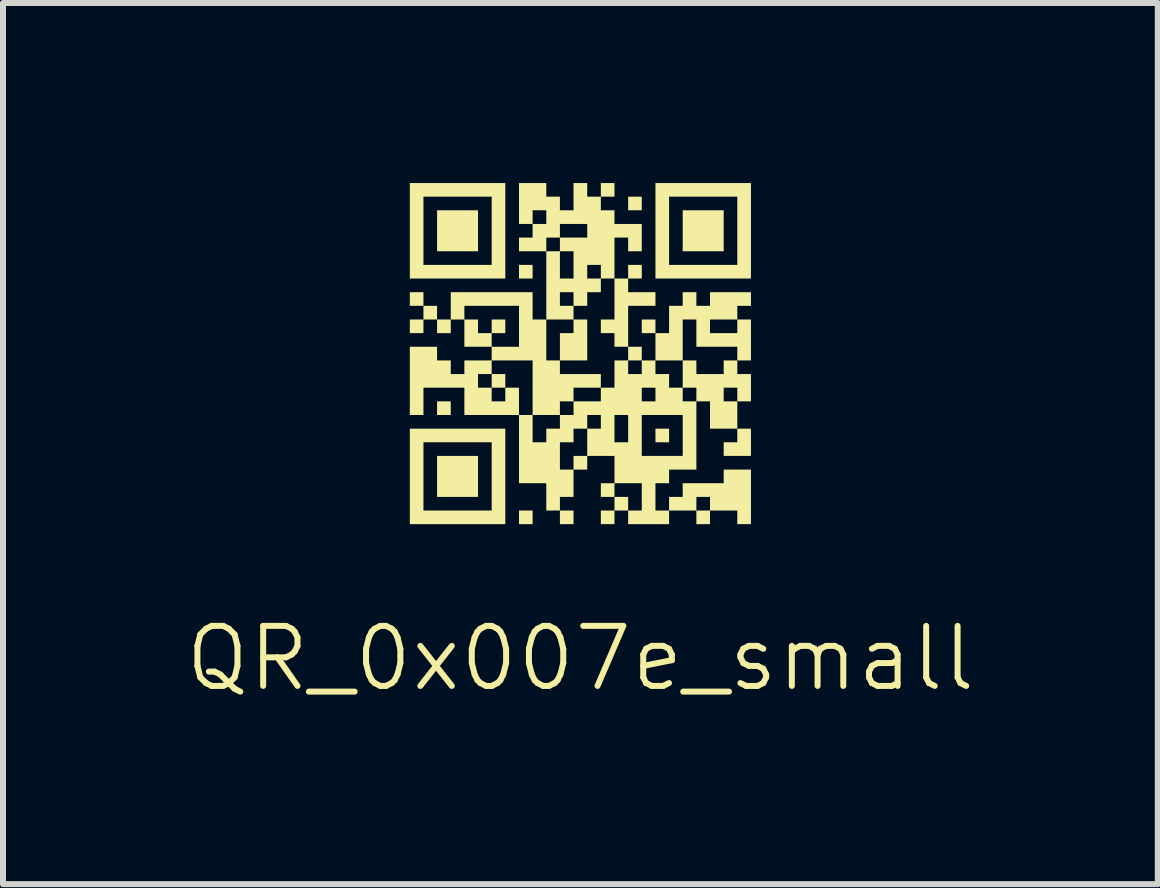
<source format=kicad_pcb>
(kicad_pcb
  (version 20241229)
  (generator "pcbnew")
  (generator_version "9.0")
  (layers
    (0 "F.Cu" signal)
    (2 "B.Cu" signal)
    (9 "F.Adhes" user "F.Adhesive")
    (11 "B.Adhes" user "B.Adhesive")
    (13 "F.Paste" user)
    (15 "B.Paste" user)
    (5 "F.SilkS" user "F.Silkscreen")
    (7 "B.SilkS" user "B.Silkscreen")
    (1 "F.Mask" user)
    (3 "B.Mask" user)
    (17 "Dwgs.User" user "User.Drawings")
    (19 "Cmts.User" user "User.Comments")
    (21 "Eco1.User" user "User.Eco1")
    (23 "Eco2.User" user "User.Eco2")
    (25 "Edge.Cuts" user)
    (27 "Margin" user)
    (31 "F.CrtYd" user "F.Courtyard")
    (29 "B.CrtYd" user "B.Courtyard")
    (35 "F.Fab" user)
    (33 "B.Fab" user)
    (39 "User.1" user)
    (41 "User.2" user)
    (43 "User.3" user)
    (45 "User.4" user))
  (footprint "QR_0x007e_small"
    (layer "F.Cu")
    (at 6.621 2.842)
    (property "Reference" "QR_0x007e_small" (at 0 5.08 0) (unlocked yes) (layer "F.SilkS") (effects (font (size 1 1) (thickness 0.1))))
    (fp_poly (pts (xy -2.615 -0.91) (xy -2.615 -0.796) (xy -2.729 -0.796) (xy -2.842 -0.796) (xy -2.842 -0.91) (xy -2.842 -1.023) (xy -2.729 -1.023) (xy -2.615 -1.023)) (stroke (width 0) (type solid)) (fill yes) (layer "F.SilkS"))
    (fp_poly (pts (xy -2.16 0.91) (xy -2.16 1.023) (xy -2.274 1.023) (xy -2.388 1.023) (xy -2.388 0.91) (xy -2.388 0.796) (xy -2.274 0.796) (xy -2.16 0.796)) (stroke (width 0) (type solid)) (fill yes) (layer "F.SilkS"))
    (fp_poly (pts (xy -1.705 -2.047) (xy -1.705 -1.705) (xy -2.047 -1.705) (xy -2.388 -1.705) (xy -2.388 -2.047) (xy -2.388 -2.388) (xy -2.047 -2.388) (xy -1.705 -2.388)) (stroke (width 0) (type solid)) (fill yes) (layer "F.SilkS"))
    (fp_poly (pts (xy -1.705 2.047) (xy -1.705 2.388) (xy -2.047 2.388) (xy -2.388 2.388) (xy -2.388 2.047) (xy -2.388 1.705) (xy -2.047 1.705) (xy -1.705 1.705)) (stroke (width 0) (type solid)) (fill yes) (layer "F.SilkS"))
    (fp_poly (pts (xy -1.251 -0.455) (xy -1.251 -0.341) (xy -1.364 -0.341) (xy -1.478 -0.341) (xy -1.478 -0.455) (xy -1.478 -0.568) (xy -1.364 -0.568) (xy -1.251 -0.568)) (stroke (width 0) (type solid)) (fill yes) (layer "F.SilkS"))
    (fp_poly (pts (xy -1.251 0.455) (xy -1.251 0.568) (xy -1.364 0.568) (xy -1.478 0.568) (xy -1.478 0.455) (xy -1.478 0.341) (xy -1.364 0.341) (xy -1.251 0.341)) (stroke (width 0) (type solid)) (fill yes) (layer "F.SilkS"))
    (fp_poly (pts (xy -0.796 -1.364) (xy -0.796 -1.251) (xy -0.91 -1.251) (xy -1.023 -1.251) (xy -1.023 -1.364) (xy -1.023 -1.478) (xy -0.91 -1.478) (xy -0.796 -1.478)) (stroke (width 0) (type solid)) (fill yes) (layer "F.SilkS"))
    (fp_poly (pts (xy -0.796 2.729) (xy -0.796 2.842) (xy -0.91 2.842) (xy -1.023 2.842) (xy -1.023 2.729) (xy -1.023 2.615) (xy -0.91 2.615) (xy -0.796 2.615)) (stroke (width 0) (type solid)) (fill yes) (layer "F.SilkS"))
    (fp_poly (pts (xy -0.114 2.729) (xy -0.114 2.842) (xy -0.227 2.842) (xy -0.341 2.842) (xy -0.341 2.729) (xy -0.341 2.615) (xy -0.227 2.615) (xy -0.114 2.615)) (stroke (width 0) (type solid)) (fill yes) (layer "F.SilkS"))
    (fp_poly (pts (xy 1.023 -2.501) (xy 1.023 -2.388) (xy 0.91 -2.388) (xy 0.796 -2.388) (xy 0.796 -2.501) (xy 0.796 -2.615) (xy 0.91 -2.615) (xy 1.023 -2.615)) (stroke (width 0) (type solid)) (fill yes) (layer "F.SilkS"))
    (fp_poly (pts (xy 1.478 1.364) (xy 1.478 1.478) (xy 1.364 1.478) (xy 1.251 1.478) (xy 1.251 1.364) (xy 1.251 1.251) (xy 1.364 1.251) (xy 1.478 1.251)) (stroke (width 0) (type solid)) (fill yes) (layer "F.SilkS"))
    (fp_poly (pts (xy 2.388 -2.047) (xy 2.388 -1.705) (xy 2.047 -1.705) (xy 1.705 -1.705) (xy 1.705 -2.047) (xy 1.705 -2.388) (xy 2.047 -2.388) (xy 2.388 -2.388)) (stroke (width 0) (type solid)) (fill yes) (layer "F.SilkS"))
    (fp_poly (pts (xy 0.114 -0.227) (xy 0.114 0.114) (xy -0.114 0.114) (xy -0.341 0.114) (xy -0.341 -0.114) (xy -0.341 -0.341) (xy -0.227 -0.341) (xy -0.114 -0.341) (xy -0.114 -0.455) (xy -0.114 -0.568) (xy 0 -0.568) (xy 0.114 -0.568)) (stroke (width 0) (type solid)) (fill yes) (layer "F.SilkS"))
    (fp_poly (pts (xy 2.842 1.478) (xy 2.842 1.705) (xy 2.615 1.705) (xy 2.388 1.705) (xy 2.388 1.592) (xy 2.388 1.478) (xy 2.501 1.478) (xy 2.615 1.478) (xy 2.615 1.364) (xy 2.615 1.251) (xy 2.729 1.251) (xy 2.842 1.251)) (stroke (width 0) (type solid)) (fill yes) (layer "F.SilkS"))
    (fp_poly (pts (xy -1.251 -2.047) (xy -1.251 -1.251) (xy -2.047 -1.251) (xy -2.842 -1.251) (xy -2.842 -2.047) (xy -2.842 -2.615) (xy -2.615 -2.615) (xy -2.615 -2.047) (xy -2.615 -1.478) (xy -2.047 -1.478) (xy -1.478 -1.478) (xy -1.478 -2.047) (xy -1.478 -2.615) (xy -2.047 -2.615) (xy -2.615 -2.615) (xy -2.842 -2.615) (xy -2.842 -2.842) (xy -2.047 -2.842) (xy -1.251 -2.842)) (stroke (width 0) (type solid)) (fill yes) (layer "F.SilkS"))
    (fp_poly (pts (xy -1.251 2.047) (xy -1.251 2.842) (xy -2.047 2.842) (xy -2.842 2.842) (xy -2.842 2.047) (xy -2.842 1.478) (xy -2.615 1.478) (xy -2.615 2.047) (xy -2.615 2.615) (xy -2.047 2.615) (xy -1.478 2.615) (xy -1.478 2.047) (xy -1.478 1.478) (xy -2.047 1.478) (xy -2.615 1.478) (xy -2.842 1.478) (xy -2.842 1.251) (xy -2.047 1.251) (xy -1.251 1.251)) (stroke (width 0) (type solid)) (fill yes) (layer "F.SilkS"))
    (fp_poly (pts (xy 2.842 -2.047) (xy 2.842 -1.251) (xy 2.047 -1.251) (xy 1.251 -1.251) (xy 1.251 -2.047) (xy 1.251 -2.615) (xy 1.478 -2.615) (xy 1.478 -2.047) (xy 1.478 -1.478) (xy 2.047 -1.478) (xy 2.615 -1.478) (xy 2.615 -2.047) (xy 2.615 -2.615) (xy 2.047 -2.615) (xy 1.478 -2.615) (xy 1.251 -2.615) (xy 1.251 -2.842) (xy 2.047 -2.842) (xy 2.842 -2.842)) (stroke (width 0) (type solid)) (fill yes) (layer "F.SilkS"))
    (fp_poly (pts (xy -0.568 -2.729) (xy -0.568 -2.615) (xy -0.455 -2.615) (xy -0.341 -2.615) (xy -0.341 -2.501) (xy -0.341 -2.388) (xy -0.227 -2.388) (xy -0.114 -2.388) (xy -0.114 -2.615) (xy -0.114 -2.842) (xy 0 -2.842) (xy 0.114 -2.842) (xy 0.114 -2.729) (xy 0.114 -2.615) (xy 0.227 -2.615) (xy 0.341 -2.615) (xy 0.341 -2.729) (xy 0.341 -2.842) (xy 0.455 -2.842) (xy 0.568 -2.842) (xy 0.568 -2.729) (xy 0.568 -2.615) (xy 0.455 -2.615) (xy 0.341 -2.615) (xy 0.341 -2.501) (xy 0.341 -2.388) (xy 0.455 -2.388) (xy 0.568 -2.388) (xy 0.568 -2.274) (xy 0.568 -2.16) (xy 0.796 -2.16) (xy 1.023 -2.16) (xy 1.023 -1.933) (xy 1.023 -1.705) (xy 0.91 -1.705) (xy 0.796 -1.705) (xy 0.796 -1.819) (xy 0.796 -1.933) (xy 0.682 -1.933) (xy 0.568 -1.933) (xy 0.568 -1.592) (xy 0.568 -1.251) (xy 0.682 -1.251) (xy 0.796 -1.251) (xy 0.796 -1.364) (xy 0.796 -1.478) (xy 0.91 -1.478) (xy 1.023 -1.478) (xy 1.023 -1.364) (xy 1.023 -1.251) (xy 0.91 -1.251) (xy 0.796 -1.251) (xy 0.796 -1.137) (xy 0.796 -1.023) (xy 1.023 -1.023) (xy 1.251 -1.023) (xy 1.251 -0.91) (xy 1.251 -0.796) (xy 1.023 -0.796) (xy 0.796 -0.796) (xy 0.796 -0.455) (xy 0.796 -0.114) (xy 0.682 -0.114) (xy 0.568 -0.114) (xy 0.568 -0.227) (xy 0.568 -0.341) (xy 0.455 -0.341) (xy 0.341 -0.341) (xy 0.341 -0.455) (xy 0.341 -0.568) (xy 0.455 -0.568) (xy 0.568 -0.568) (xy 0.568 -0.91) (xy 0.568 -1.251) (xy 0.455 -1.251) (xy 0.341 -1.251) (xy 0.341 -1.137) (xy 0.341 -1.023) (xy 0.227 -1.023) (xy 0.114 -1.023) (xy 0.114 -0.91) (xy 0.114 -0.796) (xy 0 -0.796) (xy -0.114 -0.796) (xy -0.114 -0.91) (xy -0.114 -1.023) (xy -0.227 -1.023) (xy -0.341 -1.023) (xy -0.341 -0.91) (xy -0.341 -0.796) (xy -0.227 -0.796) (xy -0.114 -0.796) (xy -0.114 -0.682) (xy -0.114 -0.568) (xy -0.341 -0.568) (xy -0.568 -0.568) (xy -0.568 -0.227) (xy -0.568 0.114) (xy -0.455 0.114) (xy -0.341 0.114) (xy -0.341 0.227) (xy -0.341 0.341) (xy 0 0.341) (xy 0.341 0.341) (xy 0.341 0.455) (xy 0.341 0.568) (xy 0.114 0.568) (xy -0.114 0.568) (xy -0.114 0.682) (xy -0.114 0.796) (xy -0.227 0.796) (xy -0.341 0.796) (xy -0.341 0.91) (xy -0.341 1.023) (xy -0.568 1.023) (xy -0.796 1.023) (xy -0.796 0.568) (xy -0.796 0.114) (xy -1.137 0.114) (xy -1.478 0.114) (xy -1.478 0.227) (xy -1.478 0.341) (xy -1.592 0.341) (xy -1.705 0.341) (xy -1.705 0.455) (xy -1.705 0.568) (xy -1.592 0.568) (xy -1.478 0.568) (xy -1.478 0.682) (xy -1.478 0.796) (xy -1.364 0.796) (xy -1.251 0.796) (xy -1.251 0.682) (xy -1.251 0.568) (xy -1.137 0.568) (xy -1.023 0.568) (xy -1.023 0.796) (xy -1.023 1.023) (xy -1.478 1.023) (xy -1.933 1.023) (xy -1.933 0.796) (xy -1.933 0.568) (xy -2.274 0.568) (xy -2.615 0.568) (xy -2.615 0.796) (xy -2.615 1.023) (xy -2.729 1.023) (xy -2.842 1.023) (xy -2.842 0.455) (xy -2.842 -0.114) (xy -2.615 -0.114) (xy -2.388 -0.114) (xy -2.388 0) (xy -2.388 0.114) (xy -2.274 0.114) (xy -2.16 0.114) (xy -2.16 0.227) (xy -2.16 0.341) (xy -2.047 0.341) (xy -1.933 0.341) (xy -1.933 0.227) (xy -1.933 0.114) (xy -1.705 0.114) (xy -1.478 0.114) (xy -1.478 0) (xy -1.478 -0.114) (xy -1.705 -0.114) (xy -1.933 -0.114) (xy -1.933 -0.341) (xy -1.933 -0.568) (xy -1.819 -0.568) (xy -1.705 -0.568) (xy -1.705 -0.455) (xy -1.705 -0.341) (xy -1.592 -0.341) (xy -1.478 -0.341) (xy -1.478 -0.227) (xy -1.478 -0.114) (xy -1.251 -0.114) (xy -1.023 -0.114) (xy -1.023 -0.455) (xy -1.023 -0.796) (xy -1.478 -0.796) (xy -1.933 -0.796) (xy -1.933 -0.682) (xy -1.933 -0.568) (xy -2.047 -0.568) (xy -2.16 -0.568) (xy -2.16 -0.455) (xy -2.16 -0.341) (xy -2.274 -0.341) (xy -2.388 -0.341) (xy -2.388 -0.455) (xy -2.388 -0.568) (xy -2.501 -0.568) (xy -2.615 -0.568) (xy -2.615 -0.455) (xy -2.615 -0.341) (xy -2.729 -0.341) (xy -2.842 -0.341) (xy -2.842 -0.455) (xy -2.842 -0.568) (xy -2.729 -0.568) (xy -2.615 -0.568) (xy -2.615 -0.682) (xy -2.615 -0.796) (xy -2.501 -0.796) (xy -2.388 -0.796) (xy -2.388 -0.682) (xy -2.388 -0.568) (xy -2.274 -0.568) (xy -2.16 -0.568) (xy -2.16 -0.796) (xy -2.16 -1.023) (xy -1.478 -1.023) (xy -0.796 -1.023) (xy -0.796 -0.796) (xy -0.796 -0.568) (xy -0.682 -0.568) (xy -0.568 -0.568) (xy -0.568 -1.137) (xy -0.568 -1.705) (xy -0.455 -1.705) (xy -0.341 -1.705) (xy -0.341 -1.478) (xy -0.341 -1.251) (xy -0.227 -1.251) (xy -0.114 -1.251) (xy -0.114 -1.478) (xy 0.114 -1.478) (xy 0.114 -1.364) (xy 0.114 -1.251) (xy 0.227 -1.251) (xy 0.341 -1.251) (xy 0.341 -1.364) (xy 0.341 -1.478) (xy 0.227 -1.478) (xy 0.114 -1.478) (xy -0.114 -1.478) (xy -0.114 -1.705) (xy -0.227 -1.705) (xy -0.341 -1.705) (xy -0.341 -1.819) (xy -0.341 -1.933) (xy -0.114 -1.933) (xy 0.114 -1.933) (xy 0.114 -2.047) (xy 0.114 -2.16) (xy -0.114 -2.16) (xy -0.341 -2.16) (xy -0.341 -2.047) (xy -0.341 -1.933) (xy -0.455 -1.933) (xy -0.568 -1.933) (xy -0.568 -1.819) (xy -0.568 -1.705) (xy -0.796 -1.705) (xy -1.023 -1.705) (xy -1.023 -1.819) (xy -1.023 -1.933) (xy -0.91 -1.933) (xy -0.796 -1.933) (xy -0.796 -2.047) (xy -0.796 -2.16) (xy -0.91 -2.16) (xy -1.023 -2.16) (xy -1.023 -2.388) (xy -0.796 -2.388) (xy -0.796 -2.274) (xy -0.796 -2.16) (xy -0.682 -2.16) (xy -0.568 -2.16) (xy -0.568 -2.274) (xy -0.568 -2.388) (xy -0.682 -2.388) (xy -0.796 -2.388) (xy -1.023 -2.388) (xy -1.023 -2.501) (xy -1.023 -2.842) (xy -0.796 -2.842) (xy -0.568 -2.842)) (stroke (width 0) (type solid)) (fill yes) (layer "F.SilkS"))
    (fp_poly (pts (xy 1.933 -0.91) (xy 1.933 -0.796) (xy 2.047 -0.796) (xy 2.16 -0.796) (xy 2.16 -0.91) (xy 2.16 -1.023) (xy 2.501 -1.023) (xy 2.842 -1.023) (xy 2.842 -0.91) (xy 2.842 -0.796) (xy 2.729 -0.796) (xy 2.615 -0.796) (xy 2.615 -0.682) (xy 2.615 -0.568) (xy 2.388 -0.568) (xy 2.16 -0.568) (xy 2.16 -0.455) (xy 2.16 -0.341) (xy 2.388 -0.341) (xy 2.615 -0.341) (xy 2.615 -0.455) (xy 2.615 -0.568) (xy 2.729 -0.568) (xy 2.842 -0.568) (xy 2.842 -0.227) (xy 2.842 0.114) (xy 2.729 0.114) (xy 2.615 0.114) (xy 2.615 0.227) (xy 2.615 0.341) (xy 2.729 0.341) (xy 2.842 0.341) (xy 2.842 0.568) (xy 2.842 0.796) (xy 2.729 0.796) (xy 2.615 0.796) (xy 2.615 1.023) (xy 2.615 1.251) (xy 2.388 1.251) (xy 2.16 1.251) (xy 2.16 1.023) (xy 2.16 0.796) (xy 2.047 0.796) (xy 1.933 0.796) (xy 1.933 1.364) (xy 1.933 1.933) (xy 1.705 1.933) (xy 1.478 1.933) (xy 1.478 2.047) (xy 1.478 2.16) (xy 1.364 2.16) (xy 1.251 2.16) (xy 1.251 2.388) (xy 1.251 2.615) (xy 1.364 2.615) (xy 1.478 2.615) (xy 1.478 2.501) (xy 1.478 2.388) (xy 1.592 2.388) (xy 1.705 2.388) (xy 1.933 2.388) (xy 1.933 2.501) (xy 1.933 2.615) (xy 2.047 2.615) (xy 2.16 2.615) (xy 2.16 2.501) (xy 2.16 2.388) (xy 2.047 2.388) (xy 1.933 2.388) (xy 1.705 2.388) (xy 1.705 2.274) (xy 1.705 2.16) (xy 2.047 2.16) (xy 2.388 2.16) (xy 2.388 2.047) (xy 2.388 1.933) (xy 2.615 1.933) (xy 2.842 1.933) (xy 2.842 2.388) (xy 2.842 2.842) (xy 2.729 2.842) (xy 2.615 2.842) (xy 2.615 2.729) (xy 2.615 2.615) (xy 2.388 2.615) (xy 2.16 2.615) (xy 2.16 2.729) (xy 2.16 2.842) (xy 2.047 2.842) (xy 1.933 2.842) (xy 1.933 2.729) (xy 1.933 2.615) (xy 1.705 2.615) (xy 1.478 2.615) (xy 1.478 2.729) (xy 1.478 2.842) (xy 1.137 2.842) (xy 0.796 2.842) (xy 0.796 2.729) (xy 0.796 2.615) (xy 0.682 2.615) (xy 0.568 2.615) (xy 0.568 2.729) (xy 0.568 2.842) (xy 0.455 2.842) (xy 0.341 2.842) (xy 0.341 2.729) (xy 0.341 2.615) (xy 0.455 2.615) (xy 0.568 2.615) (xy 0.568 2.501) (xy 0.568 2.388) (xy 0.682 2.388) (xy 0.796 2.388) (xy 0.796 2.501) (xy 0.796 2.615) (xy 0.91 2.615) (xy 1.023 2.615) (xy 1.023 2.388) (xy 1.023 2.16) (xy 0.796 2.16) (xy 0.568 2.16) (xy 0.568 2.274) (xy 0.568 2.388) (xy 0.455 2.388) (xy 0.341 2.388) (xy 0.341 2.274) (xy 0.341 2.16) (xy 0.455 2.16) (xy 0.568 2.16) (xy 0.568 1.933) (xy 0.568 1.705) (xy 0.341 1.705) (xy 0.114 1.705) (xy 0.114 1.819) (xy 0.114 1.933) (xy 0 1.933) (xy -0.114 1.933) (xy -0.114 2.16) (xy -0.114 2.388) (xy -0.227 2.388) (xy -0.341 2.388) (xy -0.341 2.501) (xy -0.341 2.615) (xy -0.455 2.615) (xy -0.568 2.615) (xy -0.568 2.388) (xy -0.568 2.16) (xy -0.796 2.16) (xy -1.023 2.16) (xy -1.023 1.933) (xy -0.341 1.933) (xy -0.227 1.933) (xy -0.114 1.933) (xy -0.114 1.819) (xy -0.114 1.705) (xy 0 1.705) (xy 0.114 1.705) (xy 0.114 1.478) (xy 0.114 1.251) (xy 0.227 1.251) (xy 0.341 1.251) (xy 0.341 1.137) (xy 0.341 1.023) (xy 0.568 1.023) (xy 0.568 1.251) (xy 0.568 1.478) (xy 0.682 1.478) (xy 0.796 1.478) (xy 0.796 1.251) (xy 0.796 1.023) (xy 1.023 1.023) (xy 1.023 1.364) (xy 1.023 1.705) (xy 1.364 1.705) (xy 1.705 1.705) (xy 1.705 1.364) (xy 1.705 1.023) (xy 1.364 1.023) (xy 1.023 1.023) (xy 0.796 1.023) (xy 0.682 1.023) (xy 0.568 1.023) (xy 0.341 1.023) (xy 0.227 1.023) (xy 0.114 1.023) (xy 0.114 1.137) (xy 0.114 1.251) (xy 0 1.251) (xy -0.114 1.251) (xy -0.114 1.364) (xy -0.114 1.478) (xy -0.227 1.478) (xy -0.341 1.478) (xy -0.341 1.705) (xy -0.341 1.933) (xy -1.023 1.933) (xy -1.023 1.592) (xy -1.023 1.023) (xy -0.91 1.023) (xy -0.796 1.023) (xy -0.796 1.251) (xy -0.796 1.478) (xy -0.682 1.478) (xy -0.568 1.478) (xy -0.568 1.364) (xy -0.568 1.251) (xy -0.455 1.251) (xy -0.341 1.251) (xy -0.341 1.137) (xy -0.341 1.023) (xy -0.227 1.023) (xy -0.114 1.023) (xy -0.114 0.91) (xy -0.114 0.796) (xy 0.114 0.796) (xy 0.341 0.796) (xy 0.341 0.682) (xy 0.341 0.568) (xy 0.455 0.568) (xy 0.568 0.568) (xy 1.023 0.568) (xy 1.023 0.682) (xy 1.023 0.796) (xy 1.137 0.796) (xy 1.251 0.796) (xy 1.251 0.682) (xy 1.251 0.568) (xy 1.137 0.568) (xy 1.023 0.568) (xy 0.568 0.568) (xy 0.568 0.341) (xy 0.568 0.114) (xy 0.682 0.114) (xy 0.796 0.114) (xy 0.796 0.227) (xy 0.796 0.341) (xy 0.91 0.341) (xy 1.023 0.341) (xy 1.251 0.341) (xy 1.364 0.341) (xy 1.478 0.341) (xy 1.478 0.455) (xy 1.478 0.568) (xy 1.592 0.568) (xy 1.705 0.568) (xy 1.705 0.682) (xy 1.705 0.796) (xy 1.819 0.796) (xy 1.933 0.796) (xy 1.933 0.682) (xy 1.933 0.568) (xy 2.388 0.568) (xy 2.388 0.682) (xy 2.388 0.796) (xy 2.501 0.796) (xy 2.615 0.796) (xy 2.615 0.682) (xy 2.615 0.568) (xy 2.501 0.568) (xy 2.388 0.568) (xy 1.933 0.568) (xy 1.819 0.568) (xy 1.705 0.568) (xy 1.705 0.341) (xy 1.705 0.114) (xy 1.819 0.114) (xy 1.933 0.114) (xy 1.933 0.227) (xy 1.933 0.341) (xy 2.16 0.341) (xy 2.388 0.341) (xy 2.388 0.227) (xy 2.388 0.114) (xy 2.501 0.114) (xy 2.615 0.114) (xy 2.615 0) (xy 2.615 -0.114) (xy 2.274 -0.114) (xy 1.933 -0.114) (xy 1.933 -0.341) (xy 1.933 -0.568) (xy 1.819 -0.568) (xy 1.705 -0.568) (xy 1.705 -0.227) (xy 1.705 0.114) (xy 1.478 0.114) (xy 1.251 0.114) (xy 1.251 0.227) (xy 1.251 0.341) (xy 1.023 0.341) (xy 1.023 0.227) (xy 1.023 0.114) (xy 0.91 0.114) (xy 0.796 0.114) (xy 0.796 0) (xy 0.796 -0.114) (xy 0.91 -0.114) (xy 1.023 -0.114) (xy 1.023 0) (xy 1.023 0.114) (xy 1.137 0.114) (xy 1.251 0.114) (xy 1.251 -0.114) (xy 1.251 -0.341) (xy 1.137 -0.341) (xy 1.023 -0.341) (xy 1.023 -0.455) (xy 1.023 -0.568) (xy 1.137 -0.568) (xy 1.251 -0.568) (xy 1.251 -0.455) (xy 1.251 -0.341) (xy 1.364 -0.341) (xy 1.478 -0.341) (xy 1.478 -0.568) (xy 1.478 -0.796) (xy 1.592 -0.796) (xy 1.705 -0.796) (xy 1.705 -0.91) (xy 1.705 -1.023) (xy 1.819 -1.023) (xy 1.933 -1.023)) (stroke (width 0) (type solid)) (fill yes) (layer "F.SilkS")))
  (gr_rect
    (start -3 -3)
    (end 16.243 11.683)
    (stroke (width 0.1) (type default))
    (fill no)
    (layer "Edge.Cuts")))
</source>
